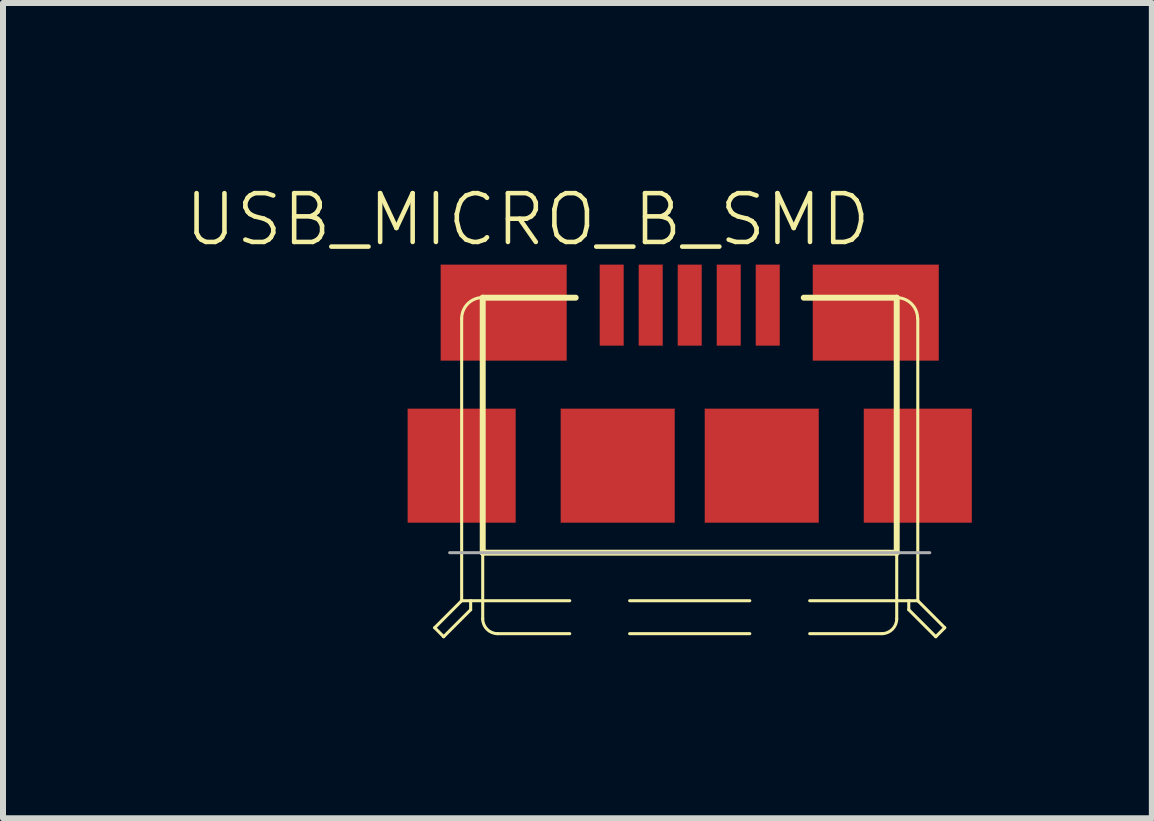
<source format=kicad_pcb>
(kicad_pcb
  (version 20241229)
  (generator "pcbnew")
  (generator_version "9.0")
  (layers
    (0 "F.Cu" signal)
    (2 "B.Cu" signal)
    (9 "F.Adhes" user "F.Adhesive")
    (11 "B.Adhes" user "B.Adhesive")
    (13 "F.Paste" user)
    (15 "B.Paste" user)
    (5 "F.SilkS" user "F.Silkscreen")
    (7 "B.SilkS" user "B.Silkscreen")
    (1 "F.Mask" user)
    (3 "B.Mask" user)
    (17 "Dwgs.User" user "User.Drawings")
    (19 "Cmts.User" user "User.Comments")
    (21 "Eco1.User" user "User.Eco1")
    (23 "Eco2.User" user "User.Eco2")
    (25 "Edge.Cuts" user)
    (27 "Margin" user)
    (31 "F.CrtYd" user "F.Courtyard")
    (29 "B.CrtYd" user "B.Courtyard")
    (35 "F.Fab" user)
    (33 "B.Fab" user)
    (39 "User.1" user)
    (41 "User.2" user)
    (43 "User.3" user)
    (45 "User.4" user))
  (footprint "USB_MICRO_B_SMD"
    (layer "F.Cu")
    (at 8.442 4.709)
    (property "Reference" "USB_MICRO_B_SMD" (at -2.7 -4.1 0) (layer "F.SilkS") (effects (font (size 0.813 0.813) (thickness 0.076))))
    (attr through_hole)
    (fp_line (start -4.249 2.7) (end -4.1 2.85) (stroke (width 0.051) (type solid)) (layer "F.SilkS"))
    (fp_line (start -4.1 2.85) (end -3.65 2.4) (stroke (width 0.051) (type solid)) (layer "F.SilkS"))
    (fp_line (start -3.8 -2.451) (end -3.8 2.25) (stroke (width 0.051) (type solid)) (layer "F.SilkS"))
    (fp_line (start -3.8 2.25) (end -4.249 2.7) (stroke (width 0.051) (type solid)) (layer "F.SilkS"))
    (fp_line (start -3.8 2.25) (end -1.999 2.25) (stroke (width 0.051) (type solid)) (layer "F.SilkS"))
    (fp_line (start -3.65 2.4) (end -3.65 2.25) (stroke (width 0.051) (type solid)) (layer "F.SilkS"))
    (fp_line (start -3.449 -2.799) (end -1.9 -2.799) (stroke (width 0.099) (type solid)) (layer "F.SilkS"))
    (fp_line (start -3.449 1.45) (end -3.449 -2.799) (stroke (width 0.099) (type solid)) (layer "F.SilkS"))
    (fp_line (start -3.449 1.45) (end -3.449 2.55) (stroke (width 0.051) (type solid)) (layer "F.SilkS"))
    (fp_line (start -3.449 1.45) (end 3.449 1.45) (stroke (width 0.099) (type solid)) (layer "F.SilkS"))
    (fp_line (start -3.2 2.799) (end -1.999 2.799) (stroke (width 0.051) (type solid)) (layer "F.SilkS"))
    (fp_line (start -1.001 2.25) (end 1.001 2.25) (stroke (width 0.051) (type solid)) (layer "F.SilkS"))
    (fp_line (start -1.001 2.799) (end 1.001 2.799) (stroke (width 0.051) (type solid)) (layer "F.SilkS"))
    (fp_line (start 1.999 2.25) (end 3.8 2.25) (stroke (width 0.051) (type solid)) (layer "F.SilkS"))
    (fp_line (start 1.999 2.799) (end 3.2 2.799) (stroke (width 0.051) (type solid)) (layer "F.SilkS"))
    (fp_line (start 3.449 -2.799) (end 1.9 -2.799) (stroke (width 0.099) (type solid)) (layer "F.SilkS"))
    (fp_line (start 3.449 1.45) (end 3.449 -2.799) (stroke (width 0.099) (type solid)) (layer "F.SilkS"))
    (fp_line (start 3.449 1.45) (end 3.449 2.55) (stroke (width 0.051) (type solid)) (layer "F.SilkS"))
    (fp_line (start 3.65 2.4) (end 3.65 2.25) (stroke (width 0.051) (type solid)) (layer "F.SilkS"))
    (fp_line (start 3.8 -2.451) (end 3.8 2.25) (stroke (width 0.051) (type solid)) (layer "F.SilkS"))
    (fp_line (start 3.8 2.25) (end 4.249 2.7) (stroke (width 0.051) (type solid)) (layer "F.SilkS"))
    (fp_line (start 4.1 2.85) (end 3.65 2.4) (stroke (width 0.051) (type solid)) (layer "F.SilkS"))
    (fp_line (start 4.1 2.85) (end 4.249 2.7) (stroke (width 0.051) (type solid)) (layer "F.SilkS"))
    (fp_arc (start -3.79984 -2.4511) (mid -3.697175 -2.698955) (end -3.44932 -2.80162) (stroke (width 0.0508) (type solid)) (layer "F.SilkS"))
    (fp_arc (start -3.2004 2.79908) (mid -3.376413 2.726173) (end -3.44932 2.55016) (stroke (width 0.0508) (type solid)) (layer "F.SilkS"))
    (fp_arc (start 3.44932 -2.79908) (mid 3.695379 -2.697159) (end 3.7973 -2.4511) (stroke (width 0.0508) (type solid)) (layer "F.SilkS"))
    (fp_arc (start 3.44932 2.55016) (mid 3.376413 2.726173) (end 3.2004 2.79908) (stroke (width 0.0508) (type solid)) (layer "F.SilkS"))
    (fp_line (start -4 1.45) (end 4 1.45) (stroke (width 0.05) (type solid)) (layer "F.Fab"))
    (pad "" smd rect (at -1.2 0) (size 1.9 1.9) (layers "F.Cu" "F.Mask"))
    (pad "" smd rect (at 1.2 0) (size 1.9 1.9) (layers "F.Cu" "F.Mask"))
    (pad "1" smd rect (at -1.3 -2.675) (size 0.4 1.35) (layers "F.Cu" "F.Mask"))
    (pad "2" smd rect (at -0.65 -2.675) (size 0.4 1.35) (layers "F.Cu" "F.Mask"))
    (pad "3" smd rect (at 0 -2.675) (size 0.4 1.35) (layers "F.Cu" "F.Mask"))
    (pad "4" smd rect (at 0.65 -2.675) (size 0.4 1.35) (layers "F.Cu" "F.Mask"))
    (pad "4" smd rect (at 1.3 -2.675) (size 0.4 1.35) (layers "F.Cu" "F.Mask"))
    (pad "6" smd rect (at 3.1 -2.55) (size 2.1 1.6) (layers "F.Cu" "F.Mask"))
    (pad "7" smd rect (at 3.8 0) (size 1.8 1.9) (layers "F.Cu" "F.Mask"))
    (pad "8" smd rect (at -3.8 0) (size 1.8 1.9) (layers "F.Cu" "F.Mask"))
    (pad "9" smd rect (at -3.1 -2.55) (size 2.1 1.6) (layers "F.Cu" "F.Mask")))
  (gr_rect
    (start -3 -3)
    (end 16.142 10.584)
    (stroke (width 0.1) (type default))
    (fill no)
    (layer "Edge.Cuts")))
</source>
